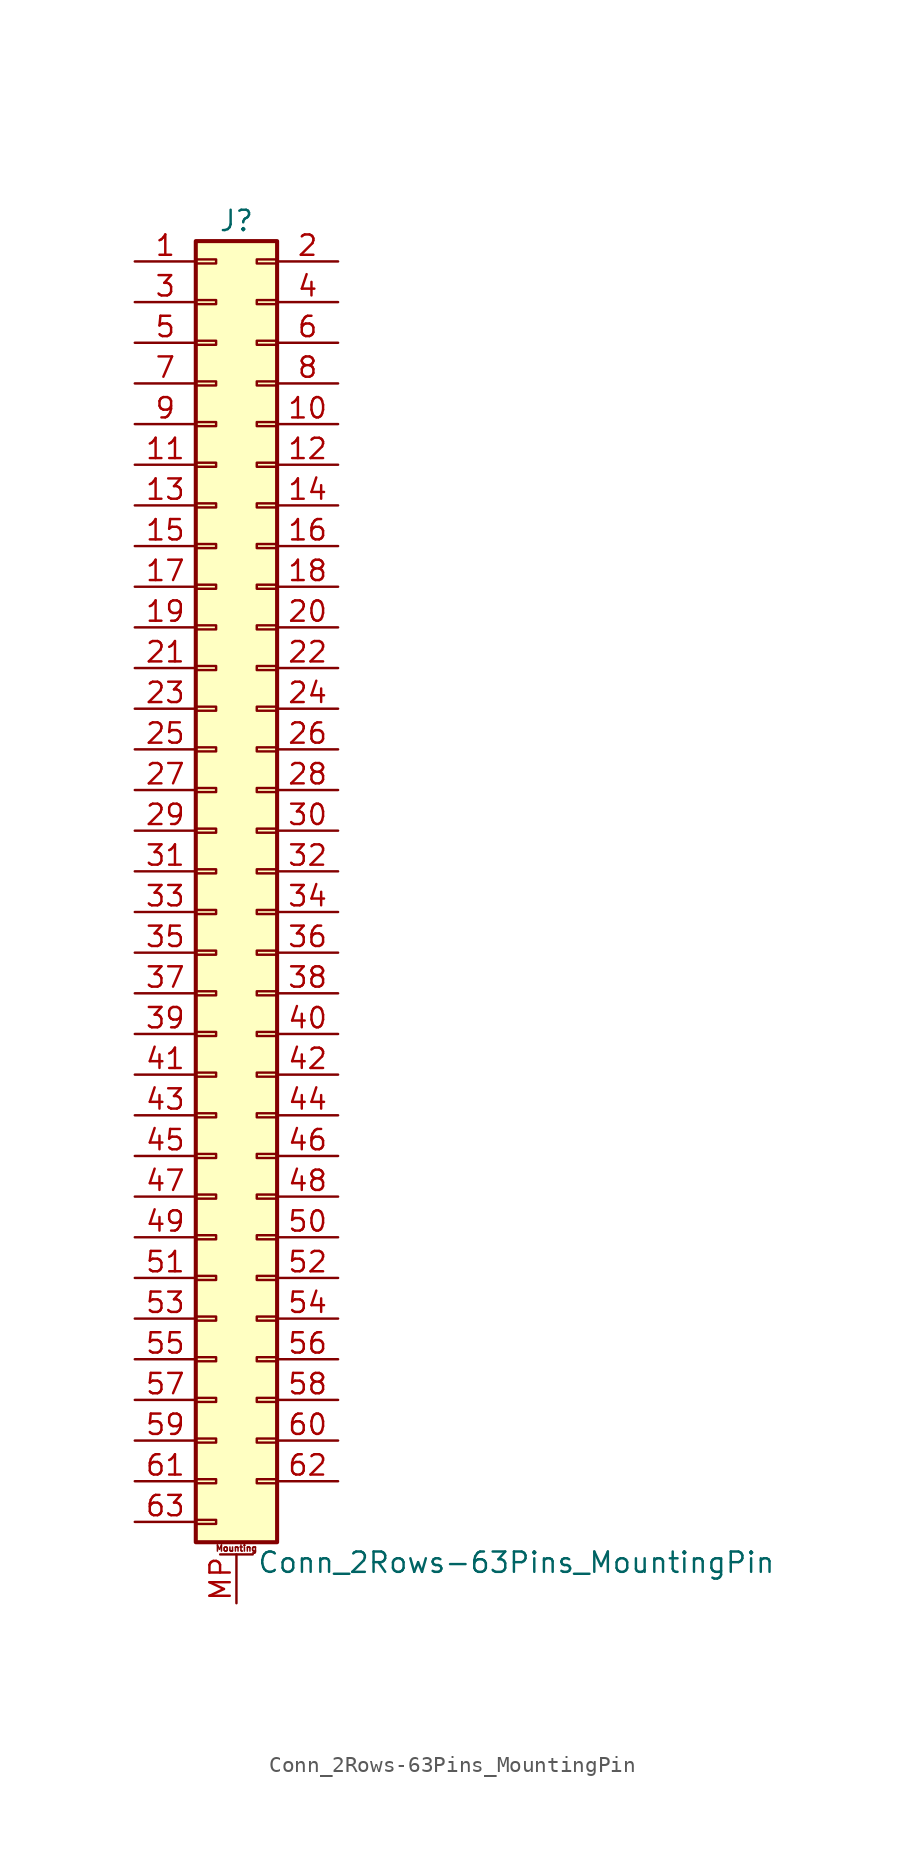
<source format=kicad_sym>
(kicad_symbol_lib
  (version 20201005)
  (generator kicad_symbol_editor)
  (symbol "Conn_2Rows-63Pins_MountingPin"
    (pin_names
      (offset 1.016) hide)
    (property "Reference" "J"
      (at 1.27 40.64 0)
      (effects (font (size 1.27 1.27))))
    (property "Value" "Conn_2Rows-63Pins_MountingPin"
      (at 2.54 -43.18 0)
      (effects (font (size 1.27 1.27)) (justify left)))
    (symbol "Conn_2Rows-63Pins_MountingPin_1_1"
      (text "Mounting" (at 1.27 -42.291 0) (effects (font (size 0.381 0.381))))
      (rectangle (start -1.27 -40.513) (end 0 -40.767) (stroke (width 0.152)) (fill (type none)))
      (rectangle (start -1.27 -37.973) (end 0 -38.227) (stroke (width 0.152)) (fill (type none)))
      (rectangle (start -1.27 -35.433) (end 0 -35.687) (stroke (width 0.152)) (fill (type none)))
      (rectangle (start -1.27 -32.893) (end 0 -33.147) (stroke (width 0.152)) (fill (type none)))
      (rectangle (start -1.27 -30.353) (end 0 -30.607) (stroke (width 0.152)) (fill (type none)))
      (rectangle (start -1.27 -27.813) (end 0 -28.067) (stroke (width 0.152)) (fill (type none)))
      (rectangle (start -1.27 -25.273) (end 0 -25.527) (stroke (width 0.152)) (fill (type none)))
      (rectangle (start -1.27 -22.733) (end 0 -22.987) (stroke (width 0.152)) (fill (type none)))
      (rectangle (start -1.27 -20.193) (end 0 -20.447) (stroke (width 0.152)) (fill (type none)))
      (rectangle (start -1.27 -17.653) (end 0 -17.907) (stroke (width 0.152)) (fill (type none)))
      (rectangle (start -1.27 -15.113) (end 0 -15.367) (stroke (width 0.152)) (fill (type none)))
      (rectangle (start -1.27 -12.573) (end 0 -12.827) (stroke (width 0.152)) (fill (type none)))
      (rectangle (start -1.27 -10.033) (end 0 -10.287) (stroke (width 0.152)) (fill (type none)))
      (rectangle (start -1.27 -7.493) (end 0 -7.747) (stroke (width 0.152)) (fill (type none)))
      (rectangle (start -1.27 -4.953) (end 0 -5.207) (stroke (width 0.152)) (fill (type none)))
      (rectangle (start -1.27 -2.413) (end 0 -2.667) (stroke (width 0.152)) (fill (type none)))
      (rectangle (start -1.27 0.127) (end 0 -0.127) (stroke (width 0.152)) (fill (type none)))
      (rectangle (start -1.27 2.667) (end 0 2.413) (stroke (width 0.152)) (fill (type none)))
      (rectangle (start -1.27 5.207) (end 0 4.953) (stroke (width 0.152)) (fill (type none)))
      (rectangle (start -1.27 7.747) (end 0 7.493) (stroke (width 0.152)) (fill (type none)))
      (rectangle (start -1.27 10.287) (end 0 10.033) (stroke (width 0.152)) (fill (type none)))
      (rectangle (start -1.27 12.827) (end 0 12.573) (stroke (width 0.152)) (fill (type none)))
      (rectangle (start -1.27 15.367) (end 0 15.113) (stroke (width 0.152)) (fill (type none)))
      (rectangle (start -1.27 17.907) (end 0 17.653) (stroke (width 0.152)) (fill (type none)))
      (rectangle (start -1.27 20.447) (end 0 20.193) (stroke (width 0.152)) (fill (type none)))
      (rectangle (start -1.27 22.987) (end 0 22.733) (stroke (width 0.152)) (fill (type none)))
      (rectangle (start -1.27 25.527) (end 0 25.273) (stroke (width 0.152)) (fill (type none)))
      (rectangle (start -1.27 28.067) (end 0 27.813) (stroke (width 0.152)) (fill (type none)))
      (rectangle (start -1.27 30.607) (end 0 30.353) (stroke (width 0.152)) (fill (type none)))
      (rectangle (start -1.27 33.147) (end 0 32.893) (stroke (width 0.152)) (fill (type none)))
      (rectangle (start -1.27 35.687) (end 0 35.433) (stroke (width 0.152)) (fill (type none)))
      (rectangle (start -1.27 38.227) (end 0 37.973) (stroke (width 0.152)) (fill (type none)))
      (rectangle (start -1.27 39.37) (end 3.81 -41.91) (stroke (width 0.254)) (fill (type background)))
      (rectangle (start 3.81 -37.973) (end 2.54 -38.227) (stroke (width 0.152)) (fill (type none)))
      (rectangle (start 3.81 -35.433) (end 2.54 -35.687) (stroke (width 0.152)) (fill (type none)))
      (rectangle (start 3.81 -32.893) (end 2.54 -33.147) (stroke (width 0.152)) (fill (type none)))
      (rectangle (start 3.81 -30.353) (end 2.54 -30.607) (stroke (width 0.152)) (fill (type none)))
      (rectangle (start 3.81 -27.813) (end 2.54 -28.067) (stroke (width 0.152)) (fill (type none)))
      (rectangle (start 3.81 -25.273) (end 2.54 -25.527) (stroke (width 0.152)) (fill (type none)))
      (rectangle (start 3.81 -22.733) (end 2.54 -22.987) (stroke (width 0.152)) (fill (type none)))
      (rectangle (start 3.81 -20.193) (end 2.54 -20.447) (stroke (width 0.152)) (fill (type none)))
      (rectangle (start 3.81 -17.653) (end 2.54 -17.907) (stroke (width 0.152)) (fill (type none)))
      (rectangle (start 3.81 -15.113) (end 2.54 -15.367) (stroke (width 0.152)) (fill (type none)))
      (rectangle (start 3.81 -12.573) (end 2.54 -12.827) (stroke (width 0.152)) (fill (type none)))
      (rectangle (start 3.81 -10.033) (end 2.54 -10.287) (stroke (width 0.152)) (fill (type none)))
      (rectangle (start 3.81 -7.493) (end 2.54 -7.747) (stroke (width 0.152)) (fill (type none)))
      (rectangle (start 3.81 -4.953) (end 2.54 -5.207) (stroke (width 0.152)) (fill (type none)))
      (rectangle (start 3.81 -2.413) (end 2.54 -2.667) (stroke (width 0.152)) (fill (type none)))
      (rectangle (start 3.81 0.127) (end 2.54 -0.127) (stroke (width 0.152)) (fill (type none)))
      (rectangle (start 3.81 2.667) (end 2.54 2.413) (stroke (width 0.152)) (fill (type none)))
      (rectangle (start 3.81 5.207) (end 2.54 4.953) (stroke (width 0.152)) (fill (type none)))
      (rectangle (start 3.81 7.747) (end 2.54 7.493) (stroke (width 0.152)) (fill (type none)))
      (rectangle (start 3.81 10.287) (end 2.54 10.033) (stroke (width 0.152)) (fill (type none)))
      (rectangle (start 3.81 12.827) (end 2.54 12.573) (stroke (width 0.152)) (fill (type none)))
      (rectangle (start 3.81 15.367) (end 2.54 15.113) (stroke (width 0.152)) (fill (type none)))
      (rectangle (start 3.81 17.907) (end 2.54 17.653) (stroke (width 0.152)) (fill (type none)))
      (rectangle (start 3.81 20.447) (end 2.54 20.193) (stroke (width 0.152)) (fill (type none)))
      (rectangle (start 3.81 22.987) (end 2.54 22.733) (stroke (width 0.152)) (fill (type none)))
      (rectangle (start 3.81 25.527) (end 2.54 25.273) (stroke (width 0.152)) (fill (type none)))
      (rectangle (start 3.81 28.067) (end 2.54 27.813) (stroke (width 0.152)) (fill (type none)))
      (rectangle (start 3.81 30.607) (end 2.54 30.353) (stroke (width 0.152)) (fill (type none)))
      (rectangle (start 3.81 33.147) (end 2.54 32.893) (stroke (width 0.152)) (fill (type none)))
      (rectangle (start 3.81 35.687) (end 2.54 35.433) (stroke (width 0.152)) (fill (type none)))
      (rectangle (start 3.81 38.227) (end 2.54 37.973) (stroke (width 0.152)) (fill (type none)))
      (polyline (pts (xy 0.254 -42.672) (xy 2.286 -42.672)) (stroke (width 0.152)) (fill (type none)))
      (pin passive line (at -5.08 38.1 0) (length 3.81) (name "Pin_1" (effects (font (size 1.27 1.27)))) (number "1" (effects (font (size 1.27 1.27)))))
      (pin passive line (at 7.62 27.94 180) (length 3.81) (name "Pin_10" (effects (font (size 1.27 1.27)))) (number "10" (effects (font (size 1.27 1.27)))))
      (pin passive line (at -5.08 25.4 0) (length 3.81) (name "Pin_11" (effects (font (size 1.27 1.27)))) (number "11" (effects (font (size 1.27 1.27)))))
      (pin passive line (at 7.62 25.4 180) (length 3.81) (name "Pin_12" (effects (font (size 1.27 1.27)))) (number "12" (effects (font (size 1.27 1.27)))))
      (pin passive line (at -5.08 22.86 0) (length 3.81) (name "Pin_13" (effects (font (size 1.27 1.27)))) (number "13" (effects (font (size 1.27 1.27)))))
      (pin passive line (at 7.62 22.86 180) (length 3.81) (name "Pin_14" (effects (font (size 1.27 1.27)))) (number "14" (effects (font (size 1.27 1.27)))))
      (pin passive line (at -5.08 20.32 0) (length 3.81) (name "Pin_15" (effects (font (size 1.27 1.27)))) (number "15" (effects (font (size 1.27 1.27)))))
      (pin passive line (at 7.62 20.32 180) (length 3.81) (name "Pin_16" (effects (font (size 1.27 1.27)))) (number "16" (effects (font (size 1.27 1.27)))))
      (pin passive line (at -5.08 17.78 0) (length 3.81) (name "Pin_17" (effects (font (size 1.27 1.27)))) (number "17" (effects (font (size 1.27 1.27)))))
      (pin passive line (at 7.62 17.78 180) (length 3.81) (name "Pin_18" (effects (font (size 1.27 1.27)))) (number "18" (effects (font (size 1.27 1.27)))))
      (pin passive line (at -5.08 15.24 0) (length 3.81) (name "Pin_19" (effects (font (size 1.27 1.27)))) (number "19" (effects (font (size 1.27 1.27)))))
      (pin passive line (at 7.62 38.1 180) (length 3.81) (name "Pin_2" (effects (font (size 1.27 1.27)))) (number "2" (effects (font (size 1.27 1.27)))))
      (pin passive line (at 7.62 15.24 180) (length 3.81) (name "Pin_20" (effects (font (size 1.27 1.27)))) (number "20" (effects (font (size 1.27 1.27)))))
      (pin passive line (at -5.08 12.7 0) (length 3.81) (name "Pin_21" (effects (font (size 1.27 1.27)))) (number "21" (effects (font (size 1.27 1.27)))))
      (pin passive line (at 7.62 12.7 180) (length 3.81) (name "Pin_22" (effects (font (size 1.27 1.27)))) (number "22" (effects (font (size 1.27 1.27)))))
      (pin passive line (at -5.08 10.16 0) (length 3.81) (name "Pin_23" (effects (font (size 1.27 1.27)))) (number "23" (effects (font (size 1.27 1.27)))))
      (pin passive line (at 7.62 10.16 180) (length 3.81) (name "Pin_24" (effects (font (size 1.27 1.27)))) (number "24" (effects (font (size 1.27 1.27)))))
      (pin passive line (at -5.08 7.62 0) (length 3.81) (name "Pin_25" (effects (font (size 1.27 1.27)))) (number "25" (effects (font (size 1.27 1.27)))))
      (pin passive line (at 7.62 7.62 180) (length 3.81) (name "Pin_26" (effects (font (size 1.27 1.27)))) (number "26" (effects (font (size 1.27 1.27)))))
      (pin passive line (at -5.08 5.08 0) (length 3.81) (name "Pin_27" (effects (font (size 1.27 1.27)))) (number "27" (effects (font (size 1.27 1.27)))))
      (pin passive line (at 7.62 5.08 180) (length 3.81) (name "Pin_28" (effects (font (size 1.27 1.27)))) (number "28" (effects (font (size 1.27 1.27)))))
      (pin passive line (at -5.08 2.54 0) (length 3.81) (name "Pin_29" (effects (font (size 1.27 1.27)))) (number "29" (effects (font (size 1.27 1.27)))))
      (pin passive line (at -5.08 35.56 0) (length 3.81) (name "Pin_3" (effects (font (size 1.27 1.27)))) (number "3" (effects (font (size 1.27 1.27)))))
      (pin passive line (at 7.62 2.54 180) (length 3.81) (name "Pin_30" (effects (font (size 1.27 1.27)))) (number "30" (effects (font (size 1.27 1.27)))))
      (pin passive line (at -5.08 0 0) (length 3.81) (name "Pin_31" (effects (font (size 1.27 1.27)))) (number "31" (effects (font (size 1.27 1.27)))))
      (pin passive line (at 7.62 0 180) (length 3.81) (name "Pin_32" (effects (font (size 1.27 1.27)))) (number "32" (effects (font (size 1.27 1.27)))))
      (pin passive line (at -5.08 -2.54 0) (length 3.81) (name "Pin_33" (effects (font (size 1.27 1.27)))) (number "33" (effects (font (size 1.27 1.27)))))
      (pin passive line (at 7.62 -2.54 180) (length 3.81) (name "Pin_34" (effects (font (size 1.27 1.27)))) (number "34" (effects (font (size 1.27 1.27)))))
      (pin passive line (at -5.08 -5.08 0) (length 3.81) (name "Pin_35" (effects (font (size 1.27 1.27)))) (number "35" (effects (font (size 1.27 1.27)))))
      (pin passive line (at 7.62 -5.08 180) (length 3.81) (name "Pin_36" (effects (font (size 1.27 1.27)))) (number "36" (effects (font (size 1.27 1.27)))))
      (pin passive line (at -5.08 -7.62 0) (length 3.81) (name "Pin_37" (effects (font (size 1.27 1.27)))) (number "37" (effects (font (size 1.27 1.27)))))
      (pin passive line (at 7.62 -7.62 180) (length 3.81) (name "Pin_38" (effects (font (size 1.27 1.27)))) (number "38" (effects (font (size 1.27 1.27)))))
      (pin passive line (at -5.08 -10.16 0) (length 3.81) (name "Pin_39" (effects (font (size 1.27 1.27)))) (number "39" (effects (font (size 1.27 1.27)))))
      (pin passive line (at 7.62 35.56 180) (length 3.81) (name "Pin_4" (effects (font (size 1.27 1.27)))) (number "4" (effects (font (size 1.27 1.27)))))
      (pin passive line (at 7.62 -10.16 180) (length 3.81) (name "Pin_40" (effects (font (size 1.27 1.27)))) (number "40" (effects (font (size 1.27 1.27)))))
      (pin passive line (at -5.08 -12.7 0) (length 3.81) (name "Pin_41" (effects (font (size 1.27 1.27)))) (number "41" (effects (font (size 1.27 1.27)))))
      (pin passive line (at 7.62 -12.7 180) (length 3.81) (name "Pin_42" (effects (font (size 1.27 1.27)))) (number "42" (effects (font (size 1.27 1.27)))))
      (pin passive line (at -5.08 -15.24 0) (length 3.81) (name "Pin_43" (effects (font (size 1.27 1.27)))) (number "43" (effects (font (size 1.27 1.27)))))
      (pin passive line (at 7.62 -15.24 180) (length 3.81) (name "Pin_44" (effects (font (size 1.27 1.27)))) (number "44" (effects (font (size 1.27 1.27)))))
      (pin passive line (at -5.08 -17.78 0) (length 3.81) (name "Pin_45" (effects (font (size 1.27 1.27)))) (number "45" (effects (font (size 1.27 1.27)))))
      (pin passive line (at 7.62 -17.78 180) (length 3.81) (name "Pin_46" (effects (font (size 1.27 1.27)))) (number "46" (effects (font (size 1.27 1.27)))))
      (pin passive line (at -5.08 -20.32 0) (length 3.81) (name "Pin_47" (effects (font (size 1.27 1.27)))) (number "47" (effects (font (size 1.27 1.27)))))
      (pin passive line (at 7.62 -20.32 180) (length 3.81) (name "Pin_48" (effects (font (size 1.27 1.27)))) (number "48" (effects (font (size 1.27 1.27)))))
      (pin passive line (at -5.08 -22.86 0) (length 3.81) (name "Pin_49" (effects (font (size 1.27 1.27)))) (number "49" (effects (font (size 1.27 1.27)))))
      (pin passive line (at -5.08 33.02 0) (length 3.81) (name "Pin_5" (effects (font (size 1.27 1.27)))) (number "5" (effects (font (size 1.27 1.27)))))
      (pin passive line (at 7.62 -22.86 180) (length 3.81) (name "Pin_50" (effects (font (size 1.27 1.27)))) (number "50" (effects (font (size 1.27 1.27)))))
      (pin passive line (at -5.08 -25.4 0) (length 3.81) (name "Pin_51" (effects (font (size 1.27 1.27)))) (number "51" (effects (font (size 1.27 1.27)))))
      (pin passive line (at 7.62 -25.4 180) (length 3.81) (name "Pin_52" (effects (font (size 1.27 1.27)))) (number "52" (effects (font (size 1.27 1.27)))))
      (pin passive line (at -5.08 -27.94 0) (length 3.81) (name "Pin_53" (effects (font (size 1.27 1.27)))) (number "53" (effects (font (size 1.27 1.27)))))
      (pin passive line (at 7.62 -27.94 180) (length 3.81) (name "Pin_54" (effects (font (size 1.27 1.27)))) (number "54" (effects (font (size 1.27 1.27)))))
      (pin passive line (at -5.08 -30.48 0) (length 3.81) (name "Pin_55" (effects (font (size 1.27 1.27)))) (number "55" (effects (font (size 1.27 1.27)))))
      (pin passive line (at 7.62 -30.48 180) (length 3.81) (name "Pin_56" (effects (font (size 1.27 1.27)))) (number "56" (effects (font (size 1.27 1.27)))))
      (pin passive line (at -5.08 -33.02 0) (length 3.81) (name "Pin_57" (effects (font (size 1.27 1.27)))) (number "57" (effects (font (size 1.27 1.27)))))
      (pin passive line (at 7.62 -33.02 180) (length 3.81) (name "Pin_58" (effects (font (size 1.27 1.27)))) (number "58" (effects (font (size 1.27 1.27)))))
      (pin passive line (at -5.08 -35.56 0) (length 3.81) (name "Pin_59" (effects (font (size 1.27 1.27)))) (number "59" (effects (font (size 1.27 1.27)))))
      (pin passive line (at 7.62 33.02 180) (length 3.81) (name "Pin_6" (effects (font (size 1.27 1.27)))) (number "6" (effects (font (size 1.27 1.27)))))
      (pin passive line (at 7.62 -35.56 180) (length 3.81) (name "Pin_60" (effects (font (size 1.27 1.27)))) (number "60" (effects (font (size 1.27 1.27)))))
      (pin passive line (at -5.08 -38.1 0) (length 3.81) (name "Pin_61" (effects (font (size 1.27 1.27)))) (number "61" (effects (font (size 1.27 1.27)))))
      (pin passive line (at 7.62 -38.1 180) (length 3.81) (name "Pin_62" (effects (font (size 1.27 1.27)))) (number "62" (effects (font (size 1.27 1.27)))))
      (pin passive line (at -5.08 -40.64 0) (length 3.81) (name "Pin_63" (effects (font (size 1.27 1.27)))) (number "63" (effects (font (size 1.27 1.27)))))
      (pin passive line (at -5.08 30.48 0) (length 3.81) (name "Pin_7" (effects (font (size 1.27 1.27)))) (number "7" (effects (font (size 1.27 1.27)))))
      (pin passive line (at 7.62 30.48 180) (length 3.81) (name "Pin_8" (effects (font (size 1.27 1.27)))) (number "8" (effects (font (size 1.27 1.27)))))
      (pin passive line (at -5.08 27.94 0) (length 3.81) (name "Pin_9" (effects (font (size 1.27 1.27)))) (number "9" (effects (font (size 1.27 1.27)))))
      (pin passive line (at 1.27 -45.72 90) (length 3.048) (name "MountPin" (effects (font (size 1.27 1.27)))) (number "MP" (effects (font (size 1.27 1.27))))))))
</source>
